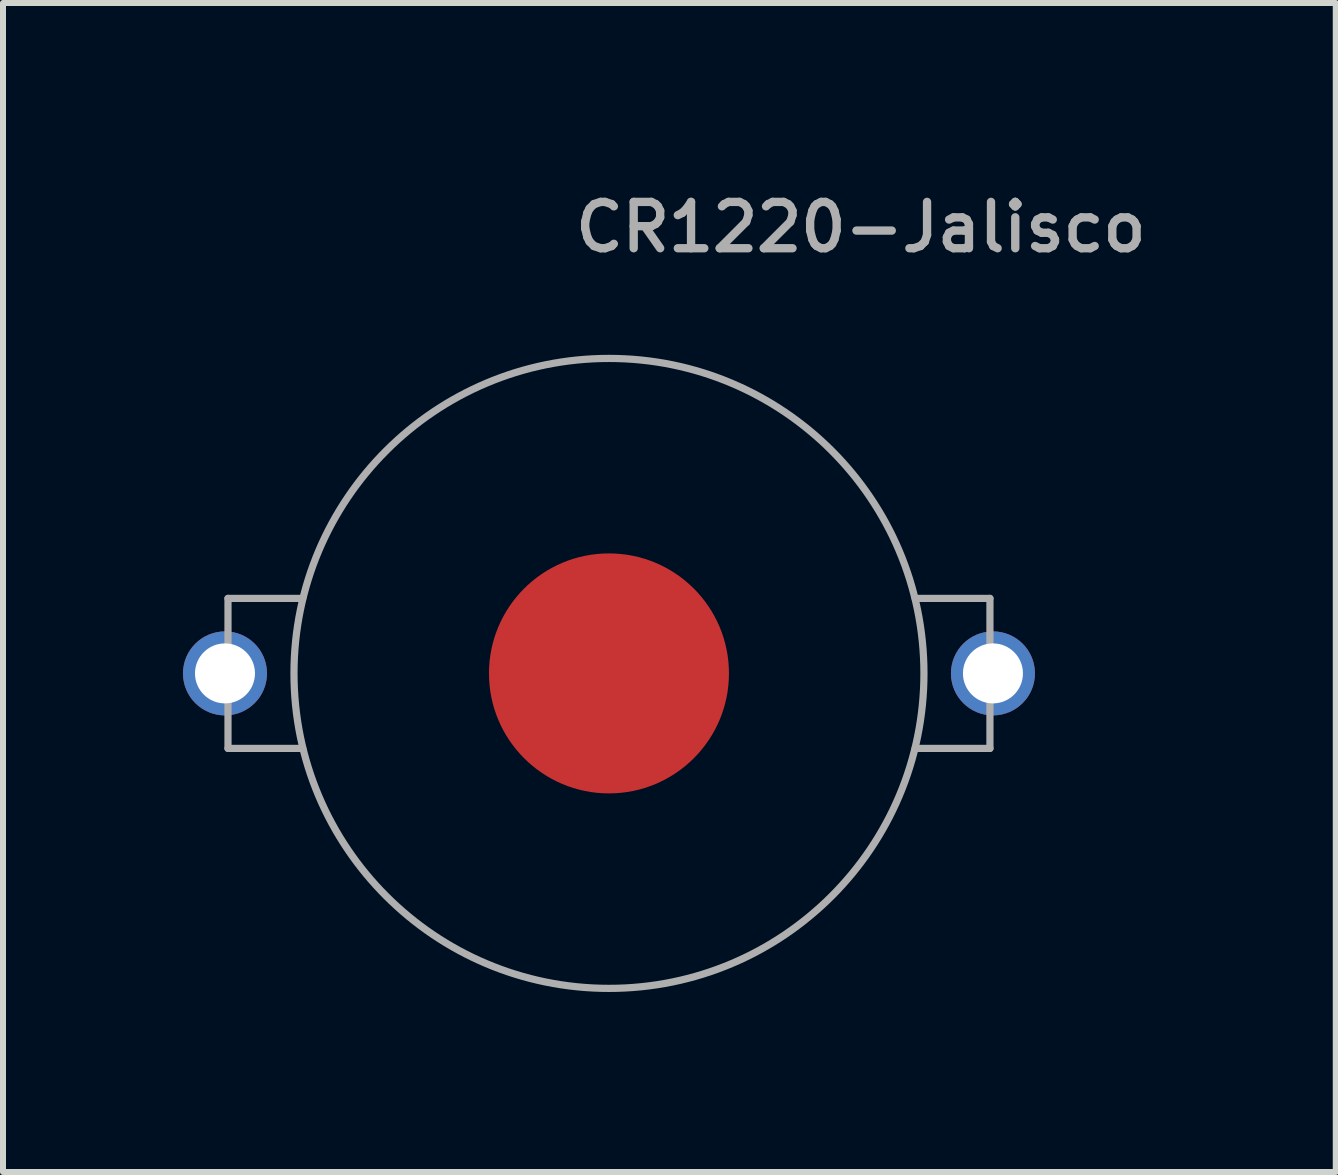
<source format=kicad_pcb>
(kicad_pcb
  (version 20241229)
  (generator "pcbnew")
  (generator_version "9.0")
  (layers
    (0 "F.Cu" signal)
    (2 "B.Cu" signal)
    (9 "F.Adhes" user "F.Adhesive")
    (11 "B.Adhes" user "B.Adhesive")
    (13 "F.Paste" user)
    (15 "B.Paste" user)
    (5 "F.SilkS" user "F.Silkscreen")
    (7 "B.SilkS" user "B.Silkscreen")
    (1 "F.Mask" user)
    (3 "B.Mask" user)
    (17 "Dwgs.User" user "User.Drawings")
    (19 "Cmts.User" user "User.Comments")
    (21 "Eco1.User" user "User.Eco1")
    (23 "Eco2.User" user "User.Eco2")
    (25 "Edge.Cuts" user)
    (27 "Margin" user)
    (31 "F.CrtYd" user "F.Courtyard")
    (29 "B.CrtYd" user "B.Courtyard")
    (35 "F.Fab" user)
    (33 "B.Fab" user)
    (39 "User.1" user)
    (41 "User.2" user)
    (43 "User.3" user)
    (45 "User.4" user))
  (footprint "CR1220-Jalisco"
    (layer "F.Cu")
    (at 7.1 8.174)
    (property "Reference" "CR1220-Jalisco" (at -0.635 -6.985 0) (layer "F.Fab") (effects (font (size 0.772 0.772) (thickness 0.139)) (justify left bottom)))
    (attr through_hole)
    (fp_line (start -6.35 -1.25) (end -6.35 1.25) (stroke (width 0.12) (type solid)) (layer "F.Fab"))
    (fp_line (start -6.35 -1.25) (end -5.105 -1.25) (stroke (width 0.12) (type solid)) (layer "F.Fab"))
    (fp_line (start -6.35 1.25) (end -5.105 1.25) (stroke (width 0.12) (type solid)) (layer "F.Fab"))
    (fp_line (start 5.105 1.25) (end 6.35 1.25) (stroke (width 0.12) (type solid)) (layer "F.Fab"))
    (fp_line (start 6.35 -1.25) (end 5.105 -1.25) (stroke (width 0.12) (type solid)) (layer "F.Fab"))
    (fp_line (start 6.35 1.25) (end 6.35 -1.25) (stroke (width 0.12) (type solid)) (layer "F.Fab"))
    (fp_circle (center 0 0) (end 5.25 0) (stroke (width 0.12) (type solid)) (fill no) (layer "F.Fab"))
    (pad "1" thru_hole circle (at -6.4 0) (size 1.4 1.4) (drill 1) (layers "*.Cu" "*.Mask"))
    (pad "1" thru_hole circle (at 6.4 0) (size 1.4 1.4) (drill 1) (layers "*.Cu" "*.Mask"))
    (pad "2" smd circle (at 0 0) (size 4 4) (layers "F.Cu" "F.Mask")))
  (gr_rect
    (start -3 -3)
    (end 19.214 16.484)
    (stroke (width 0.1) (type default))
    (fill no)
    (layer "Edge.Cuts")))
</source>
